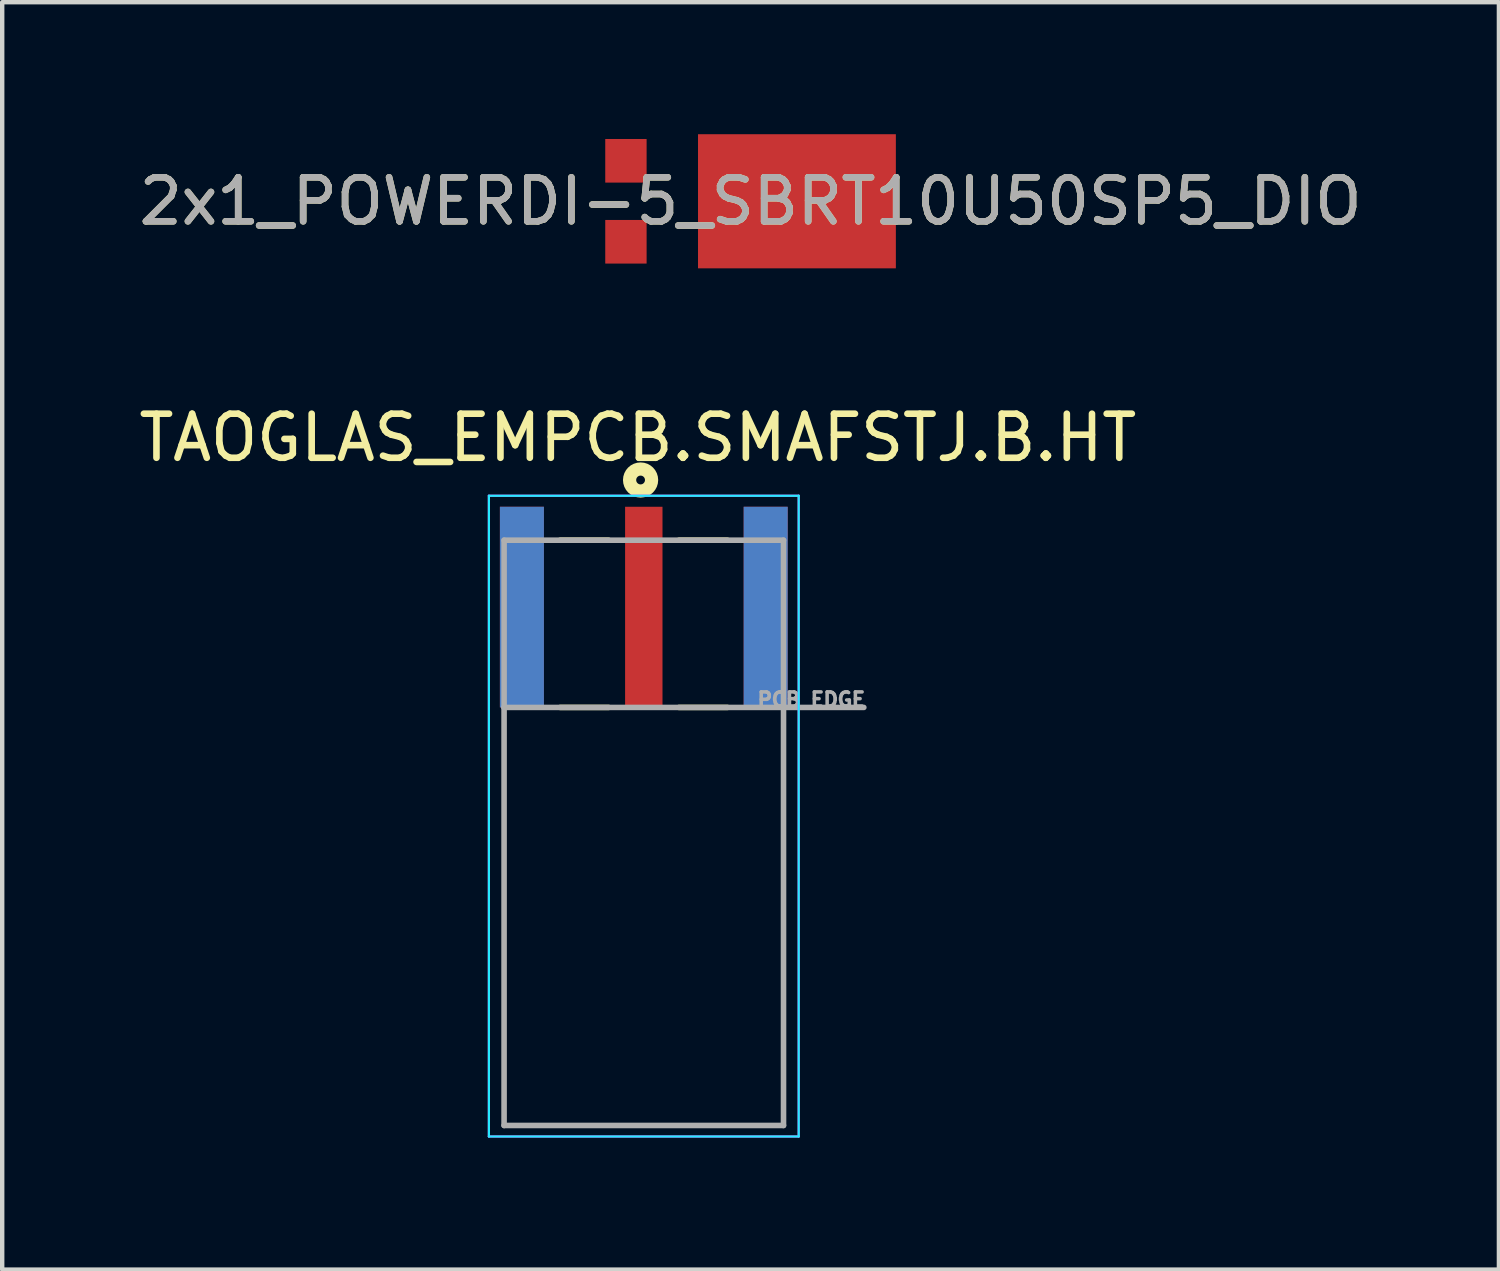
<source format=kicad_pcb>
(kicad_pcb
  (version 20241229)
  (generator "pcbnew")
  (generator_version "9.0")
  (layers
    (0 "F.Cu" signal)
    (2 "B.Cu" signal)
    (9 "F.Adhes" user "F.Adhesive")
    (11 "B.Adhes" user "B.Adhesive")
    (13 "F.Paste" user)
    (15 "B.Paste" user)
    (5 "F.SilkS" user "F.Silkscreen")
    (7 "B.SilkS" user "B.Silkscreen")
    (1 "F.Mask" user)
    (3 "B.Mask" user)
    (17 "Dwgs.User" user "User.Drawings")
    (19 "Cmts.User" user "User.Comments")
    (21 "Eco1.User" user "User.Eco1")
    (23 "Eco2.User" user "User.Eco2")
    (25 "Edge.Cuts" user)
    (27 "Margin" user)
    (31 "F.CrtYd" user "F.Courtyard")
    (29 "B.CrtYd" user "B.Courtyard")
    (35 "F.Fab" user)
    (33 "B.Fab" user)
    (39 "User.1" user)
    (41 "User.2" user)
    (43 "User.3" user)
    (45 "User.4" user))
  (footprint "2x1_POWERDI-5_SBRT10U50SP5_DIO"
    (layer "F.Cu")
    (at 14.006 1.524)
    (property "Reference" "2x1_POWERDI-5_SBRT10U50SP5_DIO" (at 0 0 0) (unlocked yes) (layer "F.SilkS") (effects (font (size 1 1) (thickness 0.15))))
    (attr smd)
    (fp_text user "${REFERENCE}" (at 0 0 0) (unlocked yes) (layer "F.Fab") (effects (font (size 1 1) (thickness 0.15))))
    (pad "1" smd rect (at -2.832 -0.92) (size 0.94 0.991) (layers "F.Cu" "F.Mask" "F.Paste"))
    (pad "2" smd rect (at -2.832 0.92) (size 0.94 0.991) (layers "F.Cu" "F.Mask" "F.Paste"))
    (pad "3" smd rect (at 1.054 0) (size 4.496 3.048) (layers "F.Cu" "F.Mask" "F.Paste")))
  (footprint "TAOGLAS_EMPCB.SMAFSTJ.B.HT"
    (layer "F.Cu")
    (at 11.58 10.746)
    (property "Reference" "TAOGLAS_EMPCB.SMAFSTJ.B.HT" (at -0.135 -3.849 0) (layer "F.SilkS") (effects (font (size 1.001 1.001) (thickness 0.15))))
    (attr smd)
    (fp_line (start -1.9 -1.52) (end -0.8 -1.52) (stroke (width 0.127) (type solid)) (layer "F.SilkS"))
    (fp_line (start -1.9 2.28) (end -0.8 2.28) (stroke (width 0.127) (type solid)) (layer "F.SilkS"))
    (fp_line (start 0.8 -1.52) (end 1.9 -1.52) (stroke (width 0.127) (type solid)) (layer "F.SilkS"))
    (fp_line (start 0.8 2.28) (end 1.9 2.28) (stroke (width 0.127) (type solid)) (layer "F.SilkS"))
    (fp_circle (center -0.073 -2.888) (end 0.027 -2.888) (stroke (width 0.3) (type solid)) (fill no) (layer "F.SilkS"))
    (fp_line (start -3.52 -2.53) (end 3.52 -2.53) (stroke (width 0.05) (type solid)) (layer "B.CrtYd"))
    (fp_line (start -3.52 12.03) (end -3.52 -2.53) (stroke (width 0.05) (type solid)) (layer "B.CrtYd"))
    (fp_line (start 3.52 -2.53) (end 3.52 12.03) (stroke (width 0.05) (type solid)) (layer "B.CrtYd"))
    (fp_line (start 3.52 12.03) (end -3.52 12.03) (stroke (width 0.05) (type solid)) (layer "B.CrtYd"))
    (fp_line (start -3.52 -2.53) (end 3.52 -2.53) (stroke (width 0.05) (type solid)) (layer "F.CrtYd"))
    (fp_line (start -3.52 12.03) (end -3.52 -2.53) (stroke (width 0.05) (type solid)) (layer "F.CrtYd"))
    (fp_line (start 3.52 -2.53) (end 3.52 12.03) (stroke (width 0.05) (type solid)) (layer "F.CrtYd"))
    (fp_line (start 3.52 12.03) (end -3.52 12.03) (stroke (width 0.05) (type solid)) (layer "F.CrtYd"))
    (fp_line (start -3.175 -1.52) (end 3.175 -1.52) (stroke (width 0.127) (type solid)) (layer "F.Fab"))
    (fp_line (start -3.175 2.28) (end -3.175 -1.52) (stroke (width 0.127) (type solid)) (layer "F.Fab"))
    (fp_line (start -3.175 2.28) (end 5 2.28) (stroke (width 0.127) (type solid)) (layer "F.Fab"))
    (fp_line (start -3.175 11.78) (end -3.175 2.28) (stroke (width 0.127) (type solid)) (layer "F.Fab"))
    (fp_line (start 3.175 -1.52) (end 3.175 11.78) (stroke (width 0.127) (type solid)) (layer "F.Fab"))
    (fp_line (start 3.175 11.78) (end -3.175 11.78) (stroke (width 0.127) (type solid)) (layer "F.Fab"))
    (fp_text user "PCB EDGE" (at 3.807 2.104 0) (layer "F.Fab") (effects (font (size 0.321 0.321) (thickness 0.15))))
    (pad "1" smd rect (at 0 0) (size 0.85 4.56) (layers "F.Cu" "F.Mask" "F.Paste"))
    (pad "SH1" smd rect (at -2.77 0) (size 1 4.56) (layers "F.Cu" "F.Mask" "F.Paste"))
    (pad "SH2" smd rect (at 2.77 0) (size 1 4.56) (layers "F.Cu" "F.Mask" "F.Paste"))
    (pad "SH3" smd rect (at -2.77 0) (size 1 4.56) (layers "B.Cu" "B.Mask" "B.Paste"))
    (pad "SH4" smd rect (at 2.77 0) (size 1 4.56) (layers "B.Cu" "B.Mask" "B.Paste")))
  (gr_rect
    (start -3 -3)
    (end 31.012 25.801)
    (stroke (width 0.1) (type default))
    (fill no)
    (layer "Edge.Cuts")))
</source>
